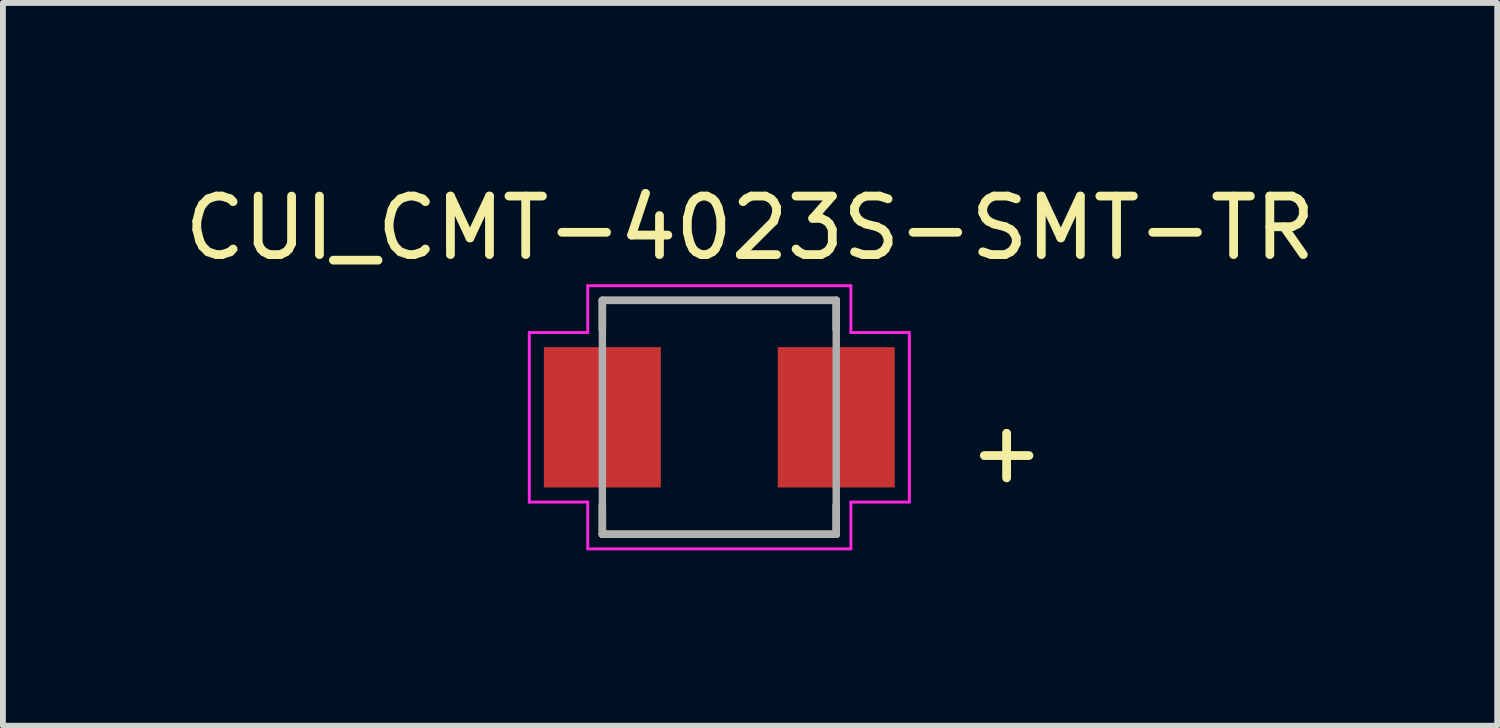
<source format=kicad_pcb>
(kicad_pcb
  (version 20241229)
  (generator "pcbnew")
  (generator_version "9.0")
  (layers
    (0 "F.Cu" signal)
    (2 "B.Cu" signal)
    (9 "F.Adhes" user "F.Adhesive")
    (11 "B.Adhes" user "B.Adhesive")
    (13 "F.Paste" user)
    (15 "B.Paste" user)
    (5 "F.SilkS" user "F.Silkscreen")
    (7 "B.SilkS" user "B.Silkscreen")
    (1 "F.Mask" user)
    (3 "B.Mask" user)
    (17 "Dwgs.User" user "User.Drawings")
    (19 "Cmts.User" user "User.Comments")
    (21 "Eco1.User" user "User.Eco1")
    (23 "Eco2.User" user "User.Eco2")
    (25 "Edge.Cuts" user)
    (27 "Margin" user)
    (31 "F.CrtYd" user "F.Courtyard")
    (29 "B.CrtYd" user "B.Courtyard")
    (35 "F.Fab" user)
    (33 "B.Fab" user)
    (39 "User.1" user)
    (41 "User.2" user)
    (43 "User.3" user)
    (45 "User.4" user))
  (footprint "CUI_CMT-4023S-SMT-TR"
    (layer "F.Cu")
    (at 9.252 4.087)
    (property "Reference" "CUI_CMT-4023S-SMT-TR" (at 0.526 -3.238 0) (layer "F.SilkS") (effects (font (size 1.001 1.001) (thickness 0.15))))
    (attr smd)
    (fp_line (start -2 -2) (end -2 -1.5) (stroke (width 0.127) (type solid)) (layer "F.SilkS"))
    (fp_line (start -2 -2) (end 2 -2) (stroke (width 0.127) (type solid)) (layer "F.SilkS"))
    (fp_line (start -2 1.5) (end -2 2) (stroke (width 0.127) (type solid)) (layer "F.SilkS"))
    (fp_line (start 2 -2) (end 2 -1.5) (stroke (width 0.127) (type solid)) (layer "F.SilkS"))
    (fp_line (start 2 1.5) (end 2 2) (stroke (width 0.127) (type solid)) (layer "F.SilkS"))
    (fp_line (start 2 2) (end -2 2) (stroke (width 0.127) (type solid)) (layer "F.SilkS"))
    (fp_line (start -3.25 -1.45) (end -3.25 1.45) (stroke (width 0.05) (type solid)) (layer "F.CrtYd"))
    (fp_line (start -3.25 -1.45) (end -2.25 -1.45) (stroke (width 0.05) (type solid)) (layer "F.CrtYd"))
    (fp_line (start -3.25 1.45) (end -2.25 1.45) (stroke (width 0.05) (type solid)) (layer "F.CrtYd"))
    (fp_line (start -2.25 -1.45) (end -2.25 -2.25) (stroke (width 0.05) (type solid)) (layer "F.CrtYd"))
    (fp_line (start -2.25 1.45) (end -2.25 2.25) (stroke (width 0.05) (type solid)) (layer "F.CrtYd"))
    (fp_line (start -2.25 2.25) (end 2.25 2.25) (stroke (width 0.05) (type solid)) (layer "F.CrtYd"))
    (fp_line (start 2.25 -2.25) (end -2.25 -2.25) (stroke (width 0.05) (type solid)) (layer "F.CrtYd"))
    (fp_line (start 2.25 -1.45) (end 2.25 -2.25) (stroke (width 0.05) (type solid)) (layer "F.CrtYd"))
    (fp_line (start 2.25 -1.45) (end 3.25 -1.45) (stroke (width 0.05) (type solid)) (layer "F.CrtYd"))
    (fp_line (start 2.25 1.45) (end 3.25 1.45) (stroke (width 0.05) (type solid)) (layer "F.CrtYd"))
    (fp_line (start 2.25 2.25) (end 2.25 1.45) (stroke (width 0.05) (type solid)) (layer "F.CrtYd"))
    (fp_line (start 3.25 1.45) (end 3.25 -1.45) (stroke (width 0.05) (type solid)) (layer "F.CrtYd"))
    (fp_line (start -2 -2) (end 2 -2) (stroke (width 0.127) (type solid)) (layer "F.Fab"))
    (fp_line (start -2 2) (end -2 -2) (stroke (width 0.127) (type solid)) (layer "F.Fab"))
    (fp_line (start 2 -2) (end 2 2) (stroke (width 0.127) (type solid)) (layer "F.Fab"))
    (fp_line (start 2 2) (end -2 2) (stroke (width 0.127) (type solid)) (layer "F.Fab"))
    (fp_text user "+" (at 4.914 0.58 0) (layer "F.SilkS") (effects (font (size 1.001 1.001) (thickness 0.15))))
    (pad "N" smd rect (at -2 0) (size 2 2.4) (layers "F.Cu" "F.Mask" "F.Paste"))
    (pad "P" smd rect (at 2 0) (size 2 2.4) (layers "F.Cu" "F.Mask" "F.Paste")))
  (gr_rect
    (start -3 -3)
    (end 22.556 9.362)
    (stroke (width 0.1) (type default))
    (fill no)
    (layer "Edge.Cuts")))
</source>
